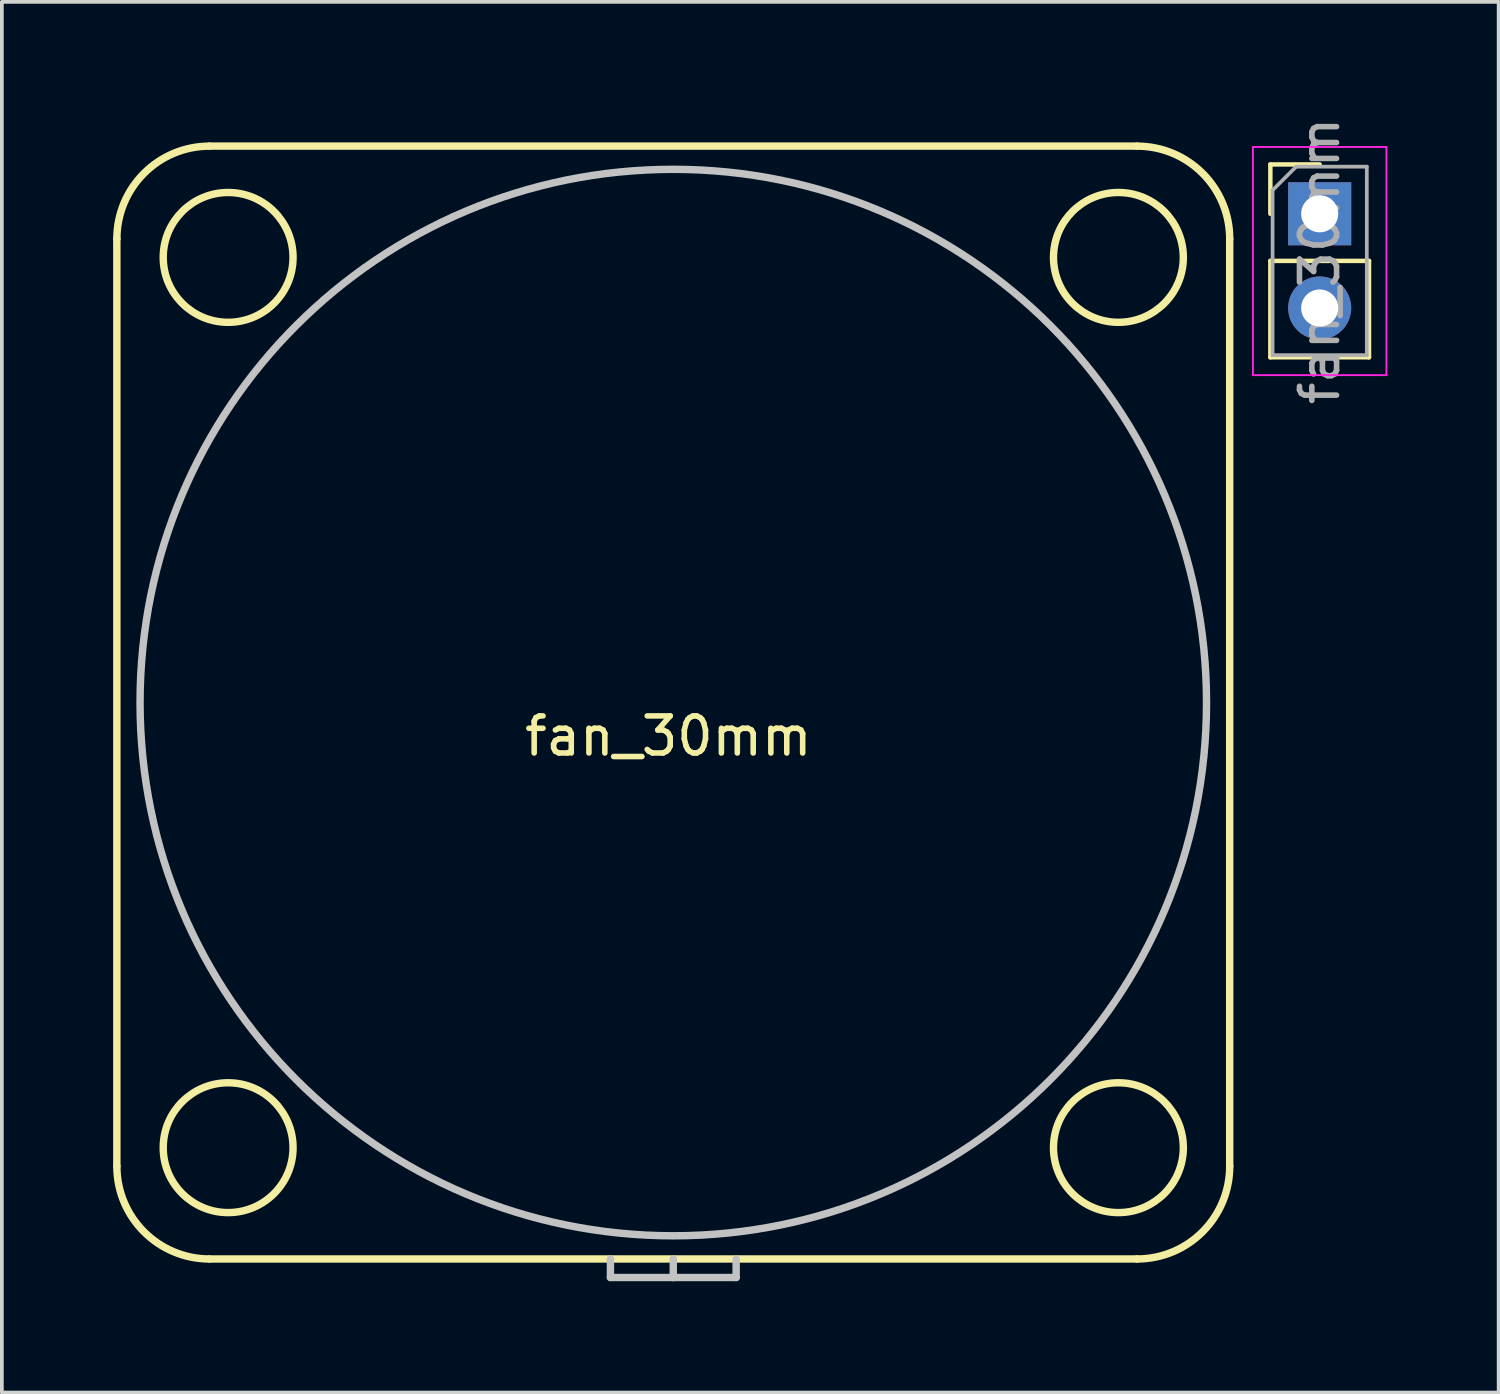
<source format=kicad_pcb>
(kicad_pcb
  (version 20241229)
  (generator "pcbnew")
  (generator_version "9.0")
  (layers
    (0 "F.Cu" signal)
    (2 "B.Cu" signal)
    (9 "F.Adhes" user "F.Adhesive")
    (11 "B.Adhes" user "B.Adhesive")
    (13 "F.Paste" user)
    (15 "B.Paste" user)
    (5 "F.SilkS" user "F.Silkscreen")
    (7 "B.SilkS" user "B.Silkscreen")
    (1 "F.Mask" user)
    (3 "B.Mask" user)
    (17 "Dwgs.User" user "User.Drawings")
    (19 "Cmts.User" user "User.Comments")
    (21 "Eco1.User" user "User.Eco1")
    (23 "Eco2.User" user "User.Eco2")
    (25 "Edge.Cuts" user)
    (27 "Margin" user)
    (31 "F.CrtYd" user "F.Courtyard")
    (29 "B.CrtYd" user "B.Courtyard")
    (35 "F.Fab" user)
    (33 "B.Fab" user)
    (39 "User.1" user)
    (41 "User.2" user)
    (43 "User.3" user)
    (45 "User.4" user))
  (footprint "fan_30mm"
    (layer "F.Cu")
    (at 15.091 15.88)
    (property "Reference" "fan_30mm" (at -0.122 0.914 0) (layer "F.SilkS") (effects (font (size 1 1) (thickness 0.15))))
    (attr through_hole)
    (fp_line (start -14.991 -12.491) (end -14.991 12.509) (stroke (width 0.2) (type solid)) (layer "F.SilkS"))
    (fp_line (start 12.509 -14.991) (end -12.491 -14.991) (stroke (width 0.2) (type solid)) (layer "F.SilkS"))
    (fp_line (start 12.509 15.009) (end -12.491 15.009) (stroke (width 0.2) (type solid)) (layer "F.SilkS"))
    (fp_line (start 15.009 -12.491) (end 15.009 12.509) (stroke (width 0.2) (type solid)) (layer "F.SilkS"))
    (fp_line (start 16.105 -14.497) (end 17.435 -14.497) (stroke (width 0.12) (type solid)) (layer "F.SilkS"))
    (fp_line (start 16.105 -13.167) (end 16.105 -14.497) (stroke (width 0.12) (type solid)) (layer "F.SilkS"))
    (fp_line (start 16.105 -11.897) (end 16.105 -9.297) (stroke (width 0.12) (type solid)) (layer "F.SilkS"))
    (fp_line (start 16.105 -11.897) (end 18.765 -11.897) (stroke (width 0.12) (type solid)) (layer "F.SilkS"))
    (fp_line (start 16.105 -9.297) (end 18.765 -9.297) (stroke (width 0.12) (type solid)) (layer "F.SilkS"))
    (fp_line (start 18.765 -11.897) (end 18.765 -9.297) (stroke (width 0.12) (type solid)) (layer "F.SilkS"))
    (fp_arc (start -14.9905 -12.4905) (mid -14.258267 -14.258267) (end -12.4905 -14.9905) (stroke (width 0.2) (type solid)) (layer "F.SilkS"))
    (fp_arc (start -12.4905 15.0095) (mid -14.258267 14.277267) (end -14.9905 12.5095) (stroke (width 0.2) (type solid)) (layer "F.SilkS"))
    (fp_arc (start 12.5095 -14.9905) (mid 14.277267 -14.258267) (end 15.0095 -12.4905) (stroke (width 0.2) (type solid)) (layer "F.SilkS"))
    (fp_arc (start 15.0095 12.5095) (mid 14.277267 14.277267) (end 12.5095 15.0095) (stroke (width 0.2) (type solid)) (layer "F.SilkS"))
    (fp_circle (center -11.991 -11.991) (end -10.241 -11.991) (stroke (width 0.2) (type solid)) (fill no) (layer "F.SilkS"))
    (fp_circle (center -11.991 12.009) (end -10.241 12.009) (stroke (width 0.2) (type solid)) (fill no) (layer "F.SilkS"))
    (fp_circle (center 12.009 -11.991) (end 13.759 -11.991) (stroke (width 0.2) (type solid)) (fill no) (layer "F.SilkS"))
    (fp_circle (center 12.009 12.009) (end 13.759 12.009) (stroke (width 0.2) (type solid)) (fill no) (layer "F.SilkS"))
    (fp_line (start -1.685 15.509) (end -1.685 15.009) (stroke (width 0.2) (type solid)) (layer "Dwgs.User"))
    (fp_line (start -1.685 15.509) (end 0.009 15.509) (stroke (width 0.2) (type solid)) (layer "Dwgs.User"))
    (fp_line (start 0.009 15.509) (end 0.009 15.009) (stroke (width 0.2) (type solid)) (layer "Dwgs.User"))
    (fp_line (start 1.704 15.509) (end 0.009 15.509) (stroke (width 0.2) (type solid)) (layer "Dwgs.User"))
    (fp_line (start 1.704 15.509) (end 1.704 15.009) (stroke (width 0.2) (type solid)) (layer "Dwgs.User"))
    (fp_arc (start -1.1405 -14.319426) (mid 1.159498 14.338426) (end -1.1405 -14.319426) (stroke (width 0.2) (type solid)) (layer "Dwgs.User"))
    (fp_line (start 15.635 -14.967) (end 15.635 -8.817) (stroke (width 0.05) (type solid)) (layer "F.CrtYd"))
    (fp_line (start 15.635 -8.817) (end 19.235 -8.817) (stroke (width 0.05) (type solid)) (layer "F.CrtYd"))
    (fp_line (start 19.235 -14.967) (end 15.635 -14.967) (stroke (width 0.05) (type solid)) (layer "F.CrtYd"))
    (fp_line (start 19.235 -8.817) (end 19.235 -14.967) (stroke (width 0.05) (type solid)) (layer "F.CrtYd"))
    (fp_line (start 16.165 -13.802) (end 16.8 -14.437) (stroke (width 0.1) (type solid)) (layer "F.Fab"))
    (fp_line (start 16.165 -9.357) (end 16.165 -13.802) (stroke (width 0.1) (type solid)) (layer "F.Fab"))
    (fp_line (start 16.8 -14.437) (end 18.705 -14.437) (stroke (width 0.1) (type solid)) (layer "F.Fab"))
    (fp_line (start 18.705 -14.437) (end 18.705 -9.357) (stroke (width 0.1) (type solid)) (layer "F.Fab"))
    (fp_line (start 18.705 -9.357) (end 16.165 -9.357) (stroke (width 0.1) (type solid)) (layer "F.Fab"))
    (fp_text user "${REFERENCE}" (at 17.435 -11.897 90) (layer "F.Fab") (effects (font (size 1 1) (thickness 0.15))))
    (pad "1" thru_hole rect (at 17.435 -13.167) (size 1.7 1.7) (drill 1) (layers "*.Cu" "*.Mask"))
    (pad "2" thru_hole oval (at 17.435 -10.627) (size 1.7 1.7) (drill 1) (layers "*.Cu" "*.Mask")))
  (gr_rect
    (start -3 -3)
    (end 37.35 34.489)
    (stroke (width 0.1) (type default))
    (fill no)
    (layer "Edge.Cuts")))
</source>
